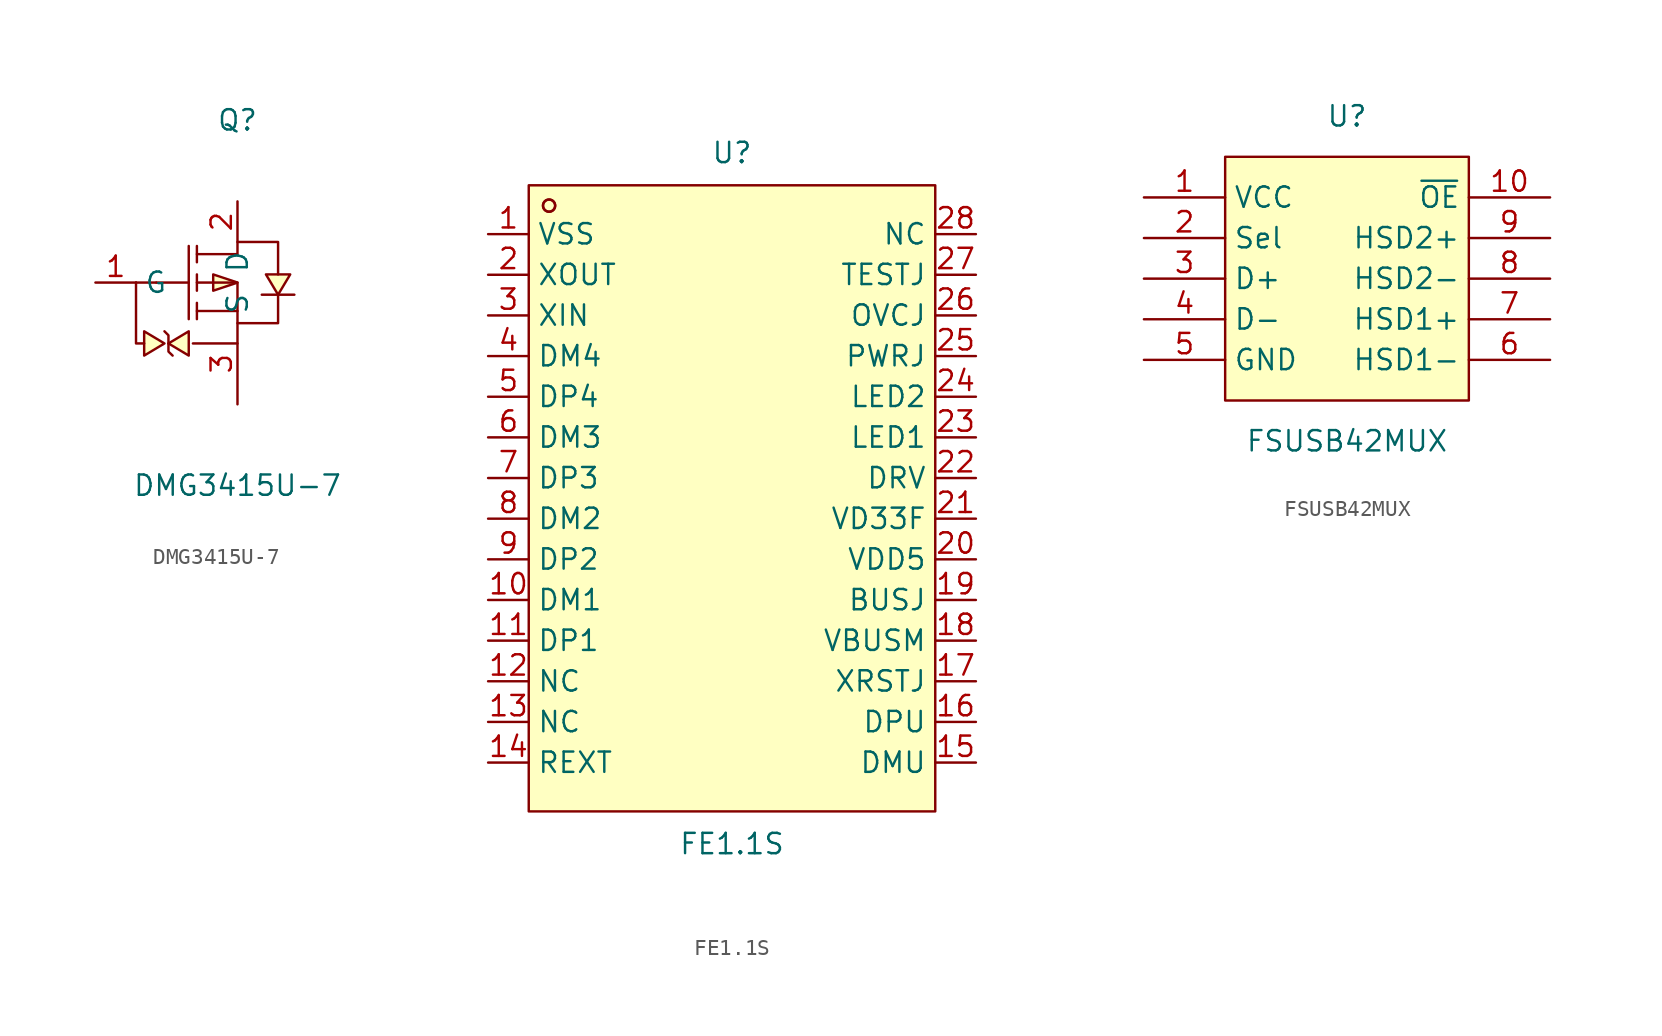
<source format=kicad_sym>
(kicad_symbol_lib
  (version 20211014)
  (generator https://github.com/uPesy/easyeda2kicad.py)
  (symbol "DMG3415U-7"
    (property "Reference" "Q"
      (at 0 10.16 0)
      (effects (font (size 1.27 1.27))))
    (property "Value" "DMG3415U-7"
      (at 0 -12.70 0)
      (effects (font (size 1.27 1.27))))
    (symbol "DMG3415U-7_0_1"
      (polyline (pts (xy -2.54 1.78) (xy 0.00 1.78) (xy 0.00 2.54) (xy 2.54 2.54) (xy 2.54 0.51)) (stroke (width 0) (type default) (color 0 0 0 0)) (fill (type none)))
      (polyline (pts (xy -2.54 -0.00) (xy 0.00 -0.00) (xy 0.00 -2.54) (xy 2.54 -2.54) (xy 2.54 -0.76)) (stroke (width 0) (type default) (color 0 0 0 0)) (fill (type none)))
      (polyline (pts (xy 0.00 -1.78) (xy -2.54 -1.78)) (stroke (width 0) (type default) (color 0 0 0 0)) (fill (type none)))
      (polyline (pts (xy -3.05 2.29) (xy -3.05 -2.29)) (stroke (width 0) (type default) (color 0 0 0 0)) (fill (type none)))
      (polyline (pts (xy -2.54 2.29) (xy -2.54 1.27)) (stroke (width 0) (type default) (color 0 0 0 0)) (fill (type none)))
      (polyline (pts (xy -2.54 -0.51) (xy -2.54 0.51)) (stroke (width 0) (type default) (color 0 0 0 0)) (fill (type none)))
      (polyline (pts (xy -2.54 -2.29) (xy -2.54 -1.27)) (stroke (width 0) (type default) (color 0 0 0 0)) (fill (type none)))
      (polyline (pts (xy -5.08 -0.00) (xy -3.05 -0.00)) (stroke (width 0) (type default) (color 0 0 0 0)) (fill (type none)))
      (polyline (pts (xy 3.56 -0.76) (xy 3.05 -0.76) (xy 2.03 -0.76) (xy 1.52 -0.76)) (stroke (width 0) (type default) (color 0 0 0 0)) (fill (type none)))
      (polyline (pts (xy -4.32 -3.81) (xy -4.32 -3.30) (xy -4.57 -3.05)) (stroke (width 0) (type default) (color 0 0 0 0)) (fill (type none)))
      (polyline (pts (xy -4.32 -3.81) (xy -4.32 -4.32) (xy -4.06 -4.57)) (stroke (width 0) (type default) (color 0 0 0 0)) (fill (type none)))
      (polyline (pts (xy -6.35 -0.00) (xy -6.35 -3.81) (xy -5.84 -3.81)) (stroke (width 0) (type default) (color 0 0 0 0)) (fill (type none)))
      (polyline (pts (xy -2.79 -3.81) (xy 0.00 -3.81)) (stroke (width 0) (type default) (color 0 0 0 0)) (fill (type none)))
      (polyline (pts (xy -6.35 -0.00) (xy -5.08 -0.00)) (stroke (width 0) (type default) (color 0 0 0 0)) (fill (type none)))
      (polyline (pts (xy 0.00 -0.00) (xy -1.52 -0.51) (xy -1.52 0.51) (xy 0.00 -0.00)) (stroke (width 0) (type default) (color 0 0 0 0)) (fill (type background)))
      (polyline (pts (xy 2.54 -0.76) (xy 1.78 0.51) (xy 3.30 0.51) (xy 2.54 -0.76)) (stroke (width 0) (type default) (color 0 0 0 0)) (fill (type background)))
      (polyline (pts (xy -4.32 -3.81) (xy -3.05 -4.57) (xy -3.05 -3.05) (xy -4.32 -3.81)) (stroke (width 0) (type default) (color 0 0 0 0)) (fill (type background)))
      (polyline (pts (xy -4.57 -3.81) (xy -5.84 -3.05) (xy -5.84 -4.57) (xy -4.57 -3.81)) (stroke (width 0) (type default) (color 0 0 0 0)) (fill (type background)))
      (pin unspecified line (at 0.00 5.08 270) (length 2.54) (name "D" (effects (font (size 1.27 1.27)))) (number "2" (effects (font (size 1.27 1.27)))))
      (pin unspecified line (at -8.89 -0.00 0) (length 2.54) (name "G" (effects (font (size 1.27 1.27)))) (number "1" (effects (font (size 1.27 1.27)))))
      (pin unspecified line (at 0.00 -7.62 90) (length 5.08) (name "S" (effects (font (size 1.27 1.27)))) (number "3" (effects (font (size 1.27 1.27)))))))
  (symbol "FE1.1S"
    (property "Reference" "U"
      (at 0 21.59 0)
      (effects (font (size 1.27 1.27))))
    (property "Value" "FE1.1S"
      (at 0 -21.59 0)
      (effects (font (size 1.27 1.27))))
    (symbol "FE1.1S_0_1"
      (rectangle (start -12.70 19.56) (end 12.70 -19.56) (stroke (width 0) (type default) (color 0 0 0 0)) (fill (type background)))
      (circle (center -11.43 18.29) (radius 0.38) (stroke (width 0) (type default) (color 0 0 0 0)) (fill (type none)))
      (circle (center -11.43 18.29) (radius 0.38) (stroke (width 0) (type default) (color 0 0 0 0)) (fill (type none)))
      (pin unspecified line (at -15.24 16.51 0) (length 2.54) (name "VSS" (effects (font (size 1.27 1.27)))) (number "1" (effects (font (size 1.27 1.27)))))
      (pin unspecified line (at -15.24 13.97 0) (length 2.54) (name "XOUT" (effects (font (size 1.27 1.27)))) (number "2" (effects (font (size 1.27 1.27)))))
      (pin unspecified line (at -15.24 11.43 0) (length 2.54) (name "XIN" (effects (font (size 1.27 1.27)))) (number "3" (effects (font (size 1.27 1.27)))))
      (pin unspecified line (at -15.24 8.89 0) (length 2.54) (name "DM4" (effects (font (size 1.27 1.27)))) (number "4" (effects (font (size 1.27 1.27)))))
      (pin unspecified line (at -15.24 6.35 0) (length 2.54) (name "DP4" (effects (font (size 1.27 1.27)))) (number "5" (effects (font (size 1.27 1.27)))))
      (pin unspecified line (at -15.24 3.81 0) (length 2.54) (name "DM3" (effects (font (size 1.27 1.27)))) (number "6" (effects (font (size 1.27 1.27)))))
      (pin unspecified line (at -15.24 1.27 0) (length 2.54) (name "DP3" (effects (font (size 1.27 1.27)))) (number "7" (effects (font (size 1.27 1.27)))))
      (pin unspecified line (at -15.24 -1.27 0) (length 2.54) (name "DM2" (effects (font (size 1.27 1.27)))) (number "8" (effects (font (size 1.27 1.27)))))
      (pin unspecified line (at -15.24 -3.81 0) (length 2.54) (name "DP2" (effects (font (size 1.27 1.27)))) (number "9" (effects (font (size 1.27 1.27)))))
      (pin unspecified line (at -15.24 -6.35 0) (length 2.54) (name "DM1" (effects (font (size 1.27 1.27)))) (number "10" (effects (font (size 1.27 1.27)))))
      (pin unspecified line (at -15.24 -8.89 0) (length 2.54) (name "DP1" (effects (font (size 1.27 1.27)))) (number "11" (effects (font (size 1.27 1.27)))))
      (pin unspecified line (at -15.24 -11.43 0) (length 2.54) (name "NC" (effects (font (size 1.27 1.27)))) (number "12" (effects (font (size 1.27 1.27)))))
      (pin unspecified line (at -15.24 -13.97 0) (length 2.54) (name "NC" (effects (font (size 1.27 1.27)))) (number "13" (effects (font (size 1.27 1.27)))))
      (pin unspecified line (at -15.24 -16.51 0) (length 2.54) (name "REXT" (effects (font (size 1.27 1.27)))) (number "14" (effects (font (size 1.27 1.27)))))
      (pin unspecified line (at 15.24 -16.51 180) (length 2.54) (name "DMU" (effects (font (size 1.27 1.27)))) (number "15" (effects (font (size 1.27 1.27)))))
      (pin unspecified line (at 15.24 -13.97 180) (length 2.54) (name "DPU" (effects (font (size 1.27 1.27)))) (number "16" (effects (font (size 1.27 1.27)))))
      (pin unspecified line (at 15.24 -11.43 180) (length 2.54) (name "XRSTJ" (effects (font (size 1.27 1.27)))) (number "17" (effects (font (size 1.27 1.27)))))
      (pin unspecified line (at 15.24 -8.89 180) (length 2.54) (name "VBUSM" (effects (font (size 1.27 1.27)))) (number "18" (effects (font (size 1.27 1.27)))))
      (pin unspecified line (at 15.24 -6.35 180) (length 2.54) (name "BUSJ" (effects (font (size 1.27 1.27)))) (number "19" (effects (font (size 1.27 1.27)))))
      (pin unspecified line (at 15.24 -3.81 180) (length 2.54) (name "VDD5" (effects (font (size 1.27 1.27)))) (number "20" (effects (font (size 1.27 1.27)))))
      (pin unspecified line (at 15.24 -1.27 180) (length 2.54) (name "VD33F" (effects (font (size 1.27 1.27)))) (number "21" (effects (font (size 1.27 1.27)))))
      (pin unspecified line (at 15.24 1.27 180) (length 2.54) (name "DRV" (effects (font (size 1.27 1.27)))) (number "22" (effects (font (size 1.27 1.27)))))
      (pin unspecified line (at 15.24 3.81 180) (length 2.54) (name "LED1" (effects (font (size 1.27 1.27)))) (number "23" (effects (font (size 1.27 1.27)))))
      (pin unspecified line (at 15.24 6.35 180) (length 2.54) (name "LED2" (effects (font (size 1.27 1.27)))) (number "24" (effects (font (size 1.27 1.27)))))
      (pin unspecified line (at 15.24 8.89 180) (length 2.54) (name "PWRJ" (effects (font (size 1.27 1.27)))) (number "25" (effects (font (size 1.27 1.27)))))
      (pin unspecified line (at 15.24 11.43 180) (length 2.54) (name "OVCJ" (effects (font (size 1.27 1.27)))) (number "26" (effects (font (size 1.27 1.27)))))
      (pin unspecified line (at 15.24 13.97 180) (length 2.54) (name "TESTJ" (effects (font (size 1.27 1.27)))) (number "27" (effects (font (size 1.27 1.27)))))
      (pin unspecified line (at 15.24 16.51 180) (length 2.54) (name "NC" (effects (font (size 1.27 1.27)))) (number "28" (effects (font (size 1.27 1.27)))))))
  (symbol "FSUSB42MUX"
    (property "Reference" "U"
      (at 0 10.16 0)
      (effects (font (size 1.27 1.27))))
    (property "Value" "FSUSB42MUX"
      (at 0 -10.16 0)
      (effects (font (size 1.27 1.27))))
    (symbol "FSUSB42MUX_0_1"
      (rectangle (start -7.62 7.62) (end 7.62 -7.62) (stroke (width 0) (type default) (color 0 0 0 0)) (fill (type background)))
      (pin unspecified line (at -12.70 5.08 0) (length 5.08) (name "VCC" (effects (font (size 1.27 1.27)))) (number "1" (effects (font (size 1.27 1.27)))))
      (pin unspecified line (at -12.70 2.54 0) (length 5.08) (name "Sel" (effects (font (size 1.27 1.27)))) (number "2" (effects (font (size 1.27 1.27)))))
      (pin unspecified line (at -12.70 -0.00 0) (length 5.08) (name "D+" (effects (font (size 1.27 1.27)))) (number "3" (effects (font (size 1.27 1.27)))))
      (pin unspecified line (at -12.70 -2.54 0) (length 5.08) (name "D-" (effects (font (size 1.27 1.27)))) (number "4" (effects (font (size 1.27 1.27)))))
      (pin unspecified line (at -12.70 -5.08 0) (length 5.08) (name "GND" (effects (font (size 1.27 1.27)))) (number "5" (effects (font (size 1.27 1.27)))))
      (pin unspecified line (at 12.70 -5.08 180) (length 5.08) (name "HSD1-" (effects (font (size 1.27 1.27)))) (number "6" (effects (font (size 1.27 1.27)))))
      (pin unspecified line (at 12.70 -2.54 180) (length 5.08) (name "HSD1+" (effects (font (size 1.27 1.27)))) (number "7" (effects (font (size 1.27 1.27)))))
      (pin unspecified line (at 12.70 -0.00 180) (length 5.08) (name "HSD2-" (effects (font (size 1.27 1.27)))) (number "8" (effects (font (size 1.27 1.27)))))
      (pin unspecified line (at 12.70 2.54 180) (length 5.08) (name "HSD2+" (effects (font (size 1.27 1.27)))) (number "9" (effects (font (size 1.27 1.27)))))
      (pin unspecified line (at 12.70 5.08 180) (length 5.08) (name "~{OE}" (effects (font (size 1.27 1.27)))) (number "10" (effects (font (size 1.27 1.27))))))))
</source>
